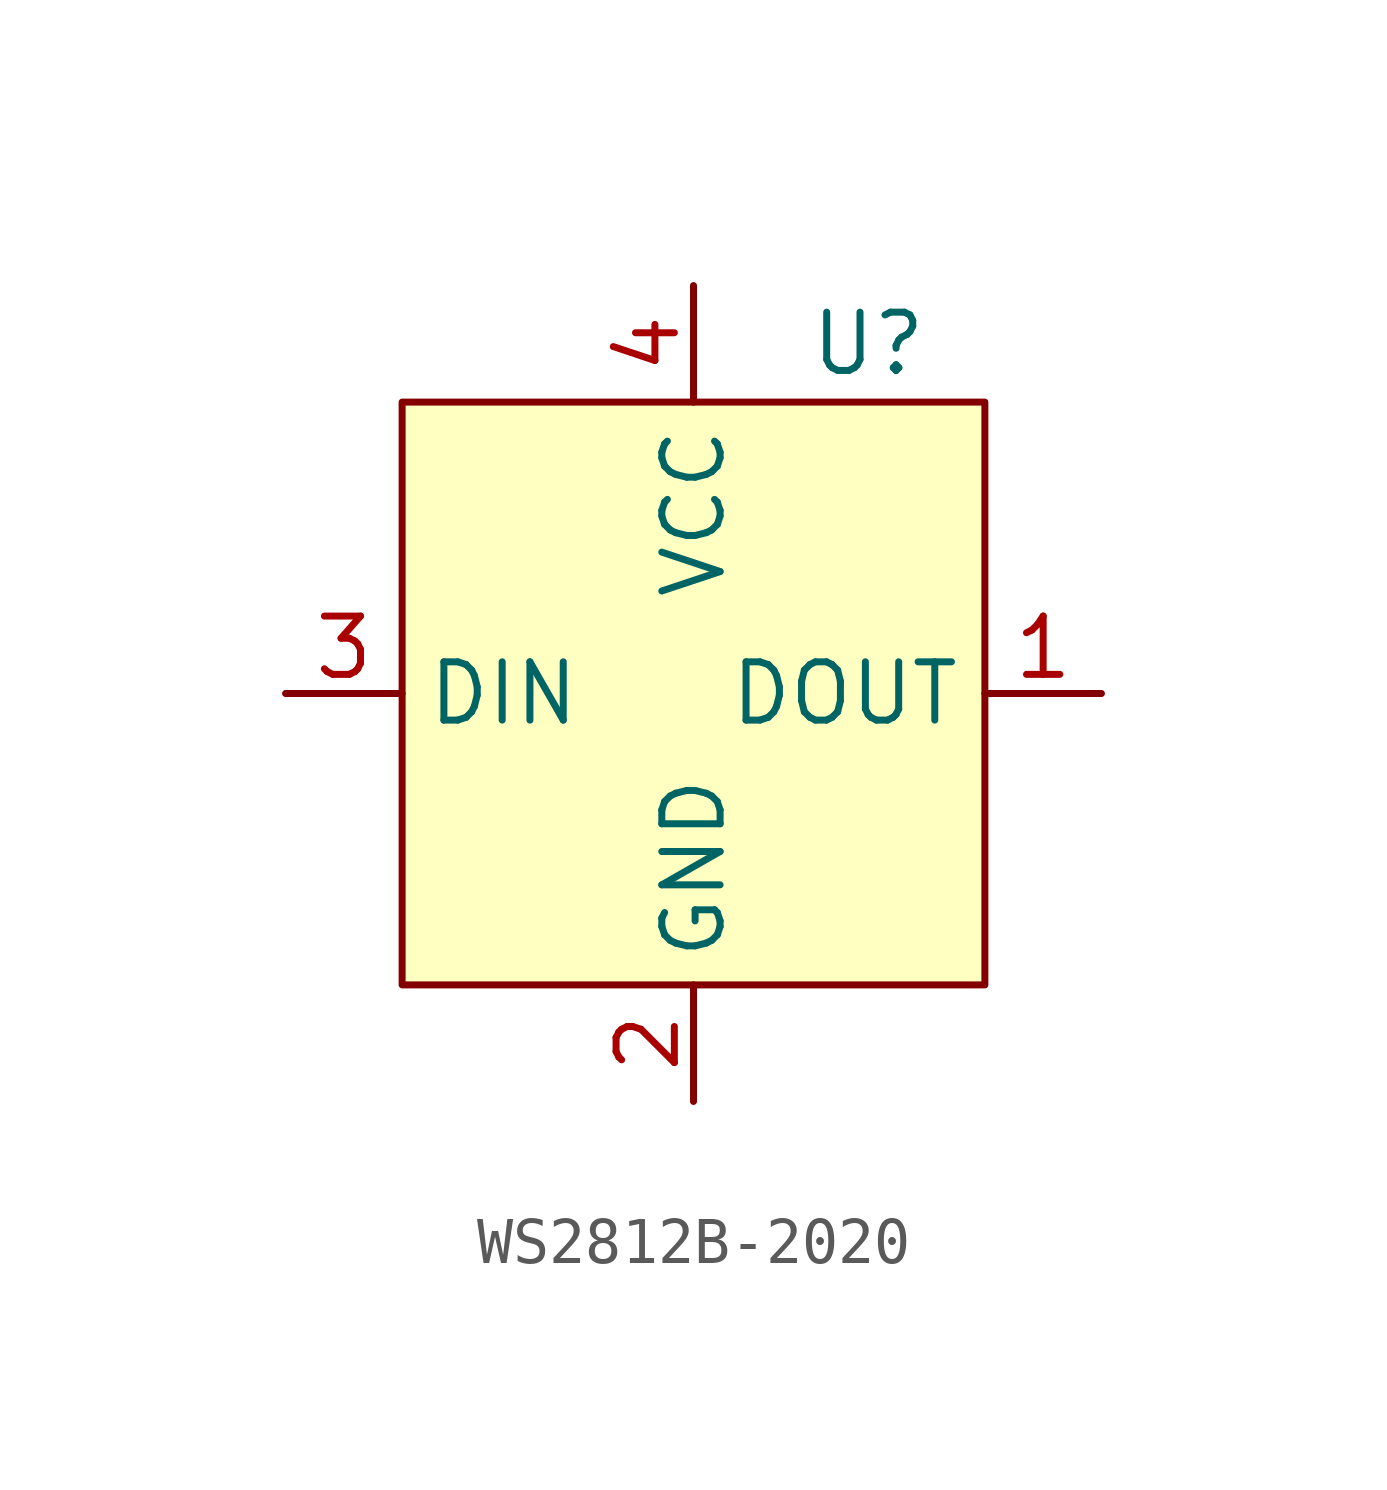
<source format=kicad_sym>
(kicad_symbol_lib
  (version 20220914)
  (generator kicad_symbol_editor)
  (symbol "WS2812B-2020"
    (property "Reference" "U"
      (at 3.81 7.62 0)
      (effects (font (size 1.27 1.27))))
    (property "Value" ""
      (at -2.54 2.54 0)
      (effects (font (size 1.27 1.27))))
    (symbol "WS2812B-2020_1_1"
      (rectangle (start -6.35 6.35) (end 6.35 -6.35) (stroke (width 0) (type default)) (fill (type background)))
      (pin output line (at 8.89 0 180) (length 2.54) (name "DOUT" (effects (font (size 1.27 1.27)))) (number "1" (effects (font (size 1.27 1.27)))))
      (pin input line (at 0 -8.89 90) (length 2.54) (name "GND" (effects (font (size 1.27 1.27)))) (number "2" (effects (font (size 1.27 1.27)))))
      (pin input line (at -8.89 0 0) (length 2.54) (name "DIN" (effects (font (size 1.27 1.27)))) (number "3" (effects (font (size 1.27 1.27)))))
      (pin input line (at 0 8.89 270) (length 2.54) (name "VCC" (effects (font (size 1.27 1.27)))) (number "4" (effects (font (size 1.27 1.27))))))))
</source>
